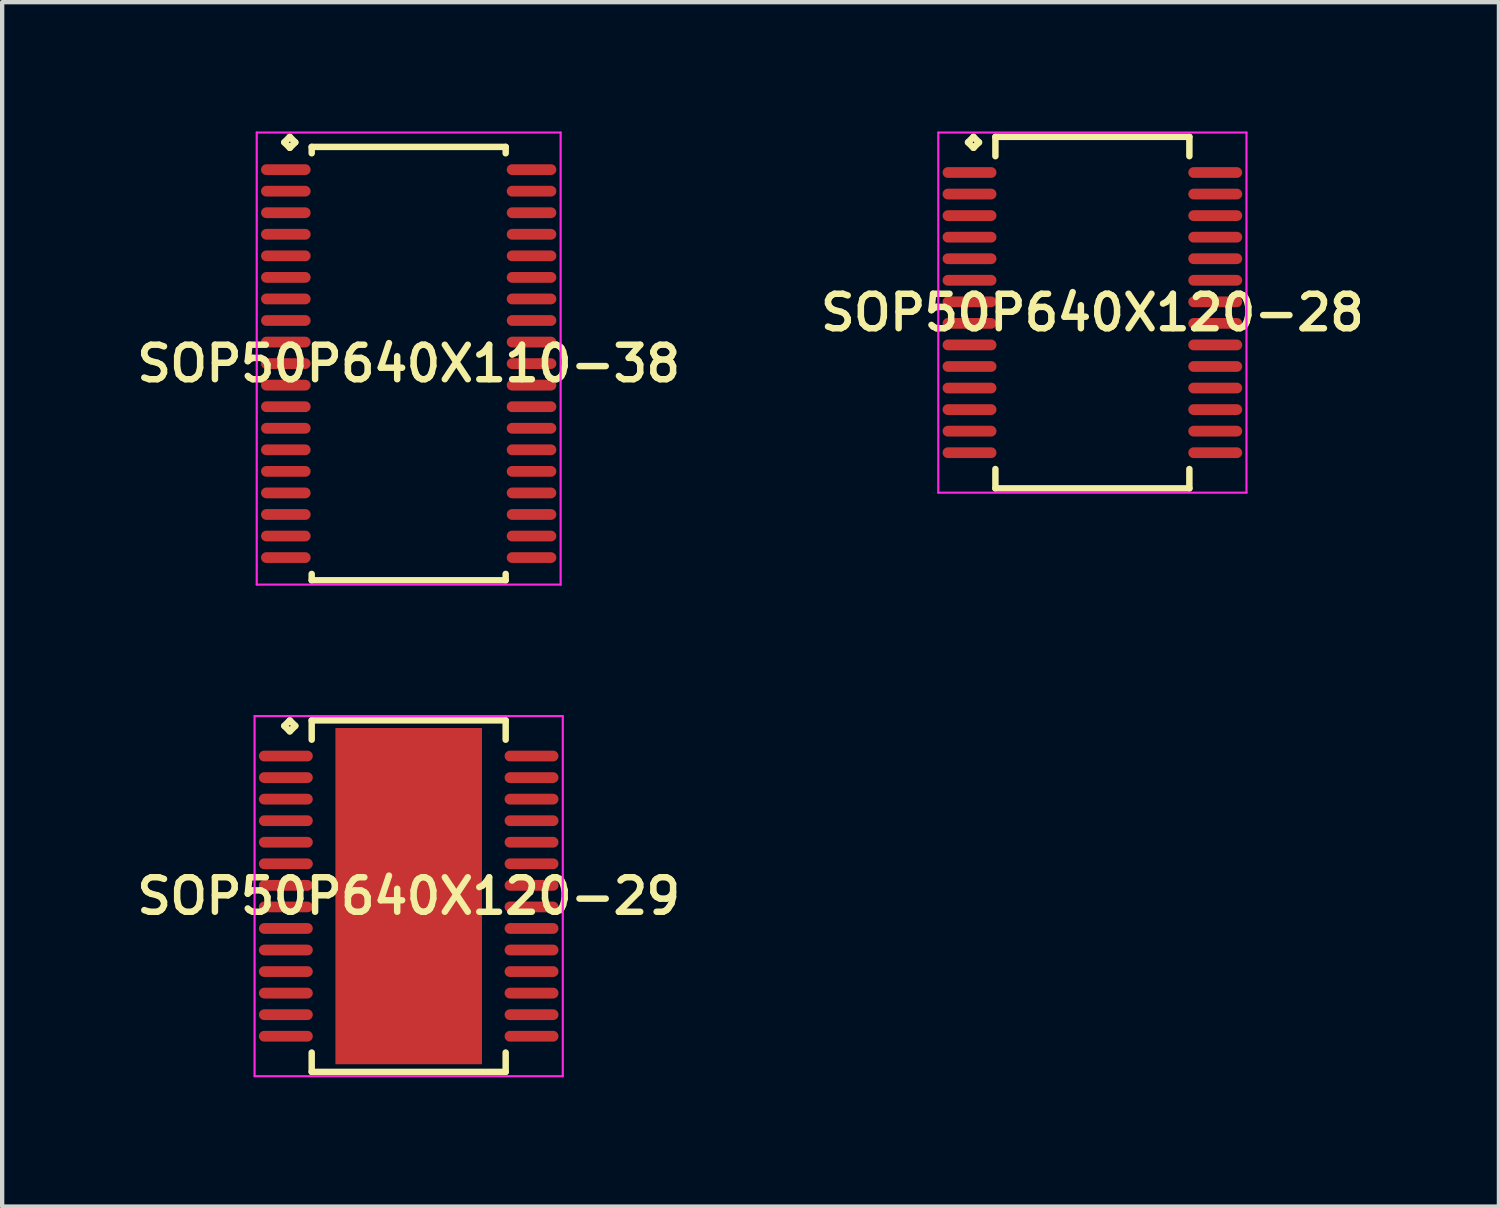
<source format=kicad_pcb>
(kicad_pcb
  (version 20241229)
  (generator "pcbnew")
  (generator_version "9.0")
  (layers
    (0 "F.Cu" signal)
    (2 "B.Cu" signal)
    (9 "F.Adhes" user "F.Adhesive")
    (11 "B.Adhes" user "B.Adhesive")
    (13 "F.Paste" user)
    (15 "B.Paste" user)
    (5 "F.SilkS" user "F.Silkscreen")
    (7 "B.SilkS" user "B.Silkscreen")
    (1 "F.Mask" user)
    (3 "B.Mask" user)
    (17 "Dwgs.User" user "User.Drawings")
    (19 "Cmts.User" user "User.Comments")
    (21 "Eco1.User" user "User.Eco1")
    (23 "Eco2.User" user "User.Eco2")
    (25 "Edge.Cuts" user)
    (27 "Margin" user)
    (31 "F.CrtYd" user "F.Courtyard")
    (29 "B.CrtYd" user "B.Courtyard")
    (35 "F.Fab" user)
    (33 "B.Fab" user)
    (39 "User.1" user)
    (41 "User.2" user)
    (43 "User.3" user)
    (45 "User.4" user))
  (footprint "SOP50P640X110-38"
    (layer "F.Cu")
    (at 6.431 5.385)
    (property "Reference" "SOP50P640X110-38" (at 0 0 0) (layer "F.SilkS") (effects (font (size 0.8 0.8) (thickness 0.15))))
    (attr smd)
    (fp_line (start -2.885 -5.133) (end -2.758 -5.26) (stroke (width 0.15) (type solid)) (layer "F.SilkS"))
    (fp_line (start -2.758 -5.26) (end -2.631 -5.133) (stroke (width 0.15) (type solid)) (layer "F.SilkS"))
    (fp_line (start -2.758 -5.006) (end -2.885 -5.133) (stroke (width 0.15) (type solid)) (layer "F.SilkS"))
    (fp_line (start -2.631 -5.133) (end -2.758 -5.006) (stroke (width 0.15) (type solid)) (layer "F.SilkS"))
    (fp_line (start -2.25 -5.027) (end 2.25 -5.027) (stroke (width 0.15) (type solid)) (layer "F.SilkS"))
    (fp_line (start -2.25 -4.879) (end -2.25 -5.027) (stroke (width 0.15) (type solid)) (layer "F.SilkS"))
    (fp_line (start -2.25 4.879) (end -2.25 5.027) (stroke (width 0.15) (type solid)) (layer "F.SilkS"))
    (fp_line (start -2.25 5.027) (end 2.25 5.027) (stroke (width 0.15) (type solid)) (layer "F.SilkS"))
    (fp_line (start 2.25 -5.027) (end 2.25 -4.879) (stroke (width 0.15) (type solid)) (layer "F.SilkS"))
    (fp_line (start 2.25 5.027) (end 2.25 4.879) (stroke (width 0.15) (type solid)) (layer "F.SilkS"))
    (fp_line (start -3.525 -5.36) (end 3.525 -5.36) (stroke (width 0.05) (type solid)) (layer "F.CrtYd"))
    (fp_line (start -3.525 5.127) (end -3.525 -5.36) (stroke (width 0.05) (type solid)) (layer "F.CrtYd"))
    (fp_line (start 3.525 -5.36) (end 3.525 5.127) (stroke (width 0.05) (type solid)) (layer "F.CrtYd"))
    (fp_line (start 3.525 5.127) (end -3.525 5.127) (stroke (width 0.05) (type solid)) (layer "F.CrtYd"))
    (pad "1" smd oval (at -2.85 -4.5) (size 1.15 0.25) (layers "F.Cu" "F.Mask" "F.Paste"))
    (pad "2" smd oval (at -2.85 -4) (size 1.15 0.25) (layers "F.Cu" "F.Mask" "F.Paste"))
    (pad "3" smd oval (at -2.85 -3.5) (size 1.15 0.25) (layers "F.Cu" "F.Mask" "F.Paste"))
    (pad "4" smd oval (at -2.85 -3) (size 1.15 0.25) (layers "F.Cu" "F.Mask" "F.Paste"))
    (pad "5" smd oval (at -2.85 -2.5) (size 1.15 0.25) (layers "F.Cu" "F.Mask" "F.Paste"))
    (pad "6" smd oval (at -2.85 -2) (size 1.15 0.25) (layers "F.Cu" "F.Mask" "F.Paste"))
    (pad "7" smd oval (at -2.85 -1.5) (size 1.15 0.25) (layers "F.Cu" "F.Mask" "F.Paste"))
    (pad "8" smd oval (at -2.85 -1) (size 1.15 0.25) (layers "F.Cu" "F.Mask" "F.Paste"))
    (pad "9" smd oval (at -2.85 -0.5) (size 1.15 0.25) (layers "F.Cu" "F.Mask" "F.Paste"))
    (pad "10" smd oval (at -2.85 0) (size 1.15 0.25) (layers "F.Cu" "F.Mask" "F.Paste"))
    (pad "11" smd oval (at -2.85 0.5) (size 1.15 0.25) (layers "F.Cu" "F.Mask" "F.Paste"))
    (pad "12" smd oval (at -2.85 1) (size 1.15 0.25) (layers "F.Cu" "F.Mask" "F.Paste"))
    (pad "13" smd oval (at -2.85 1.5) (size 1.15 0.25) (layers "F.Cu" "F.Mask" "F.Paste"))
    (pad "14" smd oval (at -2.85 2) (size 1.15 0.25) (layers "F.Cu" "F.Mask" "F.Paste"))
    (pad "15" smd oval (at -2.85 2.5) (size 1.15 0.25) (layers "F.Cu" "F.Mask" "F.Paste"))
    (pad "16" smd oval (at -2.85 3) (size 1.15 0.25) (layers "F.Cu" "F.Mask" "F.Paste"))
    (pad "17" smd oval (at -2.85 3.5) (size 1.15 0.25) (layers "F.Cu" "F.Mask" "F.Paste"))
    (pad "18" smd oval (at -2.85 4) (size 1.15 0.25) (layers "F.Cu" "F.Mask" "F.Paste"))
    (pad "19" smd oval (at -2.85 4.5) (size 1.15 0.25) (layers "F.Cu" "F.Mask" "F.Paste"))
    (pad "20" smd oval (at 2.85 4.5) (size 1.15 0.25) (layers "F.Cu" "F.Mask" "F.Paste"))
    (pad "21" smd oval (at 2.85 4) (size 1.15 0.25) (layers "F.Cu" "F.Mask" "F.Paste"))
    (pad "22" smd oval (at 2.85 3.5) (size 1.15 0.25) (layers "F.Cu" "F.Mask" "F.Paste"))
    (pad "23" smd oval (at 2.85 3) (size 1.15 0.25) (layers "F.Cu" "F.Mask" "F.Paste"))
    (pad "24" smd oval (at 2.85 2.5) (size 1.15 0.25) (layers "F.Cu" "F.Mask" "F.Paste"))
    (pad "25" smd oval (at 2.85 2) (size 1.15 0.25) (layers "F.Cu" "F.Mask" "F.Paste"))
    (pad "26" smd oval (at 2.85 1.5) (size 1.15 0.25) (layers "F.Cu" "F.Mask" "F.Paste"))
    (pad "27" smd oval (at 2.85 1) (size 1.15 0.25) (layers "F.Cu" "F.Mask" "F.Paste"))
    (pad "28" smd oval (at 2.85 0.5) (size 1.15 0.25) (layers "F.Cu" "F.Mask" "F.Paste"))
    (pad "29" smd oval (at 2.85 0) (size 1.15 0.25) (layers "F.Cu" "F.Mask" "F.Paste"))
    (pad "30" smd oval (at 2.85 -0.5) (size 1.15 0.25) (layers "F.Cu" "F.Mask" "F.Paste"))
    (pad "31" smd oval (at 2.85 -1) (size 1.15 0.25) (layers "F.Cu" "F.Mask" "F.Paste"))
    (pad "32" smd oval (at 2.85 -1.5) (size 1.15 0.25) (layers "F.Cu" "F.Mask" "F.Paste"))
    (pad "33" smd oval (at 2.85 -2) (size 1.15 0.25) (layers "F.Cu" "F.Mask" "F.Paste"))
    (pad "34" smd oval (at 2.85 -2.5) (size 1.15 0.25) (layers "F.Cu" "F.Mask" "F.Paste"))
    (pad "35" smd oval (at 2.85 -3) (size 1.15 0.25) (layers "F.Cu" "F.Mask" "F.Paste"))
    (pad "36" smd oval (at 2.85 -3.5) (size 1.15 0.25) (layers "F.Cu" "F.Mask" "F.Paste"))
    (pad "37" smd oval (at 2.85 -4) (size 1.15 0.25) (layers "F.Cu" "F.Mask" "F.Paste"))
    (pad "38" smd oval (at 2.85 -4.5) (size 1.15 0.25) (layers "F.Cu" "F.Mask" "F.Paste")))
  (footprint "SOP50P640X120-29"
    (layer "F.Cu")
    (at 6.431 17.739)
    (property "Reference" "SOP50P640X120-29" (at 0 0 0) (layer "F.SilkS") (effects (font (size 0.8 0.8) (thickness 0.15))))
    (attr smd)
    (fp_line (start -2.885 -3.95) (end -2.758 -4.077) (stroke (width 0.15) (type solid)) (layer "F.SilkS"))
    (fp_line (start -2.758 -4.077) (end -2.631 -3.95) (stroke (width 0.15) (type solid)) (layer "F.SilkS"))
    (fp_line (start -2.758 -3.823) (end -2.885 -3.95) (stroke (width 0.15) (type solid)) (layer "F.SilkS"))
    (fp_line (start -2.631 -3.95) (end -2.758 -3.823) (stroke (width 0.15) (type solid)) (layer "F.SilkS"))
    (fp_line (start -2.25 -4.077) (end 2.25 -4.077) (stroke (width 0.15) (type solid)) (layer "F.SilkS"))
    (fp_line (start -2.25 -3.629) (end -2.25 -4.077) (stroke (width 0.15) (type solid)) (layer "F.SilkS"))
    (fp_line (start -2.25 3.629) (end -2.25 4.077) (stroke (width 0.15) (type solid)) (layer "F.SilkS"))
    (fp_line (start -2.25 4.077) (end 2.25 4.077) (stroke (width 0.15) (type solid)) (layer "F.SilkS"))
    (fp_line (start 2.25 -4.077) (end 2.25 -3.629) (stroke (width 0.15) (type solid)) (layer "F.SilkS"))
    (fp_line (start 2.25 4.077) (end 2.25 3.629) (stroke (width 0.15) (type solid)) (layer "F.SilkS"))
    (fp_line (start -3.575 -4.177) (end 3.575 -4.177) (stroke (width 0.05) (type solid)) (layer "F.CrtYd"))
    (fp_line (start -3.575 4.177) (end -3.575 -4.177) (stroke (width 0.05) (type solid)) (layer "F.CrtYd"))
    (fp_line (start 3.575 -4.177) (end 3.575 4.177) (stroke (width 0.05) (type solid)) (layer "F.CrtYd"))
    (fp_line (start 3.575 4.177) (end -3.575 4.177) (stroke (width 0.05) (type solid)) (layer "F.CrtYd"))
    (pad "1" smd oval (at -2.85 -3.25) (size 1.25 0.25) (layers "F.Cu" "F.Mask" "F.Paste"))
    (pad "2" smd oval (at -2.85 -2.75) (size 1.25 0.25) (layers "F.Cu" "F.Mask" "F.Paste"))
    (pad "3" smd oval (at -2.85 -2.25) (size 1.25 0.25) (layers "F.Cu" "F.Mask" "F.Paste"))
    (pad "4" smd oval (at -2.85 -1.75) (size 1.25 0.25) (layers "F.Cu" "F.Mask" "F.Paste"))
    (pad "5" smd oval (at -2.85 -1.25) (size 1.25 0.25) (layers "F.Cu" "F.Mask" "F.Paste"))
    (pad "6" smd oval (at -2.85 -0.75) (size 1.25 0.25) (layers "F.Cu" "F.Mask" "F.Paste"))
    (pad "7" smd oval (at -2.85 -0.25) (size 1.25 0.25) (layers "F.Cu" "F.Mask" "F.Paste"))
    (pad "8" smd oval (at -2.85 0.25) (size 1.25 0.25) (layers "F.Cu" "F.Mask" "F.Paste"))
    (pad "9" smd oval (at -2.85 0.75) (size 1.25 0.25) (layers "F.Cu" "F.Mask" "F.Paste"))
    (pad "10" smd oval (at -2.85 1.25) (size 1.25 0.25) (layers "F.Cu" "F.Mask" "F.Paste"))
    (pad "11" smd oval (at -2.85 1.75) (size 1.25 0.25) (layers "F.Cu" "F.Mask" "F.Paste"))
    (pad "12" smd oval (at -2.85 2.25) (size 1.25 0.25) (layers "F.Cu" "F.Mask" "F.Paste"))
    (pad "13" smd oval (at -2.85 2.75) (size 1.25 0.25) (layers "F.Cu" "F.Mask" "F.Paste"))
    (pad "14" smd oval (at -2.85 3.25) (size 1.25 0.25) (layers "F.Cu" "F.Mask" "F.Paste"))
    (pad "15" smd oval (at 2.85 3.25) (size 1.25 0.25) (layers "F.Cu" "F.Mask" "F.Paste"))
    (pad "16" smd oval (at 2.85 2.75) (size 1.25 0.25) (layers "F.Cu" "F.Mask" "F.Paste"))
    (pad "17" smd oval (at 2.85 2.25) (size 1.25 0.25) (layers "F.Cu" "F.Mask" "F.Paste"))
    (pad "18" smd oval (at 2.85 1.75) (size 1.25 0.25) (layers "F.Cu" "F.Mask" "F.Paste"))
    (pad "19" smd oval (at 2.85 1.25) (size 1.25 0.25) (layers "F.Cu" "F.Mask" "F.Paste"))
    (pad "20" smd oval (at 2.85 0.75) (size 1.25 0.25) (layers "F.Cu" "F.Mask" "F.Paste"))
    (pad "21" smd oval (at 2.85 0.25) (size 1.25 0.25) (layers "F.Cu" "F.Mask" "F.Paste"))
    (pad "22" smd oval (at 2.85 -0.25) (size 1.25 0.25) (layers "F.Cu" "F.Mask" "F.Paste"))
    (pad "23" smd oval (at 2.85 -0.75) (size 1.25 0.25) (layers "F.Cu" "F.Mask" "F.Paste"))
    (pad "24" smd oval (at 2.85 -1.25) (size 1.25 0.25) (layers "F.Cu" "F.Mask" "F.Paste"))
    (pad "25" smd oval (at 2.85 -1.75) (size 1.25 0.25) (layers "F.Cu" "F.Mask" "F.Paste"))
    (pad "26" smd oval (at 2.85 -2.25) (size 1.25 0.25) (layers "F.Cu" "F.Mask" "F.Paste"))
    (pad "27" smd oval (at 2.85 -2.75) (size 1.25 0.25) (layers "F.Cu" "F.Mask" "F.Paste"))
    (pad "28" smd oval (at 2.85 -3.25) (size 1.25 0.25) (layers "F.Cu" "F.Mask" "F.Paste"))
    (pad "29" smd rect (at 0 0) (size 3.4 7.8) (layers "F.Cu" "F.Mask" "F.Paste")))
  (footprint "SOP50P640X120-28"
    (layer "F.Cu")
    (at 22.292 4.202)
    (property "Reference" "SOP50P640X120-28" (at 0 0 0) (layer "F.SilkS") (effects (font (size 0.8 0.8) (thickness 0.15))))
    (attr smd)
    (fp_line (start -2.885 -3.95) (end -2.758 -4.077) (stroke (width 0.15) (type solid)) (layer "F.SilkS"))
    (fp_line (start -2.758 -4.077) (end -2.631 -3.95) (stroke (width 0.15) (type solid)) (layer "F.SilkS"))
    (fp_line (start -2.758 -3.823) (end -2.885 -3.95) (stroke (width 0.15) (type solid)) (layer "F.SilkS"))
    (fp_line (start -2.631 -3.95) (end -2.758 -3.823) (stroke (width 0.15) (type solid)) (layer "F.SilkS"))
    (fp_line (start -2.25 -4.077) (end 2.25 -4.077) (stroke (width 0.15) (type solid)) (layer "F.SilkS"))
    (fp_line (start -2.25 -3.629) (end -2.25 -4.077) (stroke (width 0.15) (type solid)) (layer "F.SilkS"))
    (fp_line (start -2.25 3.629) (end -2.25 4.077) (stroke (width 0.15) (type solid)) (layer "F.SilkS"))
    (fp_line (start -2.25 4.077) (end 2.25 4.077) (stroke (width 0.15) (type solid)) (layer "F.SilkS"))
    (fp_line (start 2.25 -4.077) (end 2.25 -3.629) (stroke (width 0.15) (type solid)) (layer "F.SilkS"))
    (fp_line (start 2.25 4.077) (end 2.25 3.629) (stroke (width 0.15) (type solid)) (layer "F.SilkS"))
    (fp_line (start -3.575 -4.177) (end 3.575 -4.177) (stroke (width 0.05) (type solid)) (layer "F.CrtYd"))
    (fp_line (start -3.575 4.177) (end -3.575 -4.177) (stroke (width 0.05) (type solid)) (layer "F.CrtYd"))
    (fp_line (start 3.575 -4.177) (end 3.575 4.177) (stroke (width 0.05) (type solid)) (layer "F.CrtYd"))
    (fp_line (start 3.575 4.177) (end -3.575 4.177) (stroke (width 0.05) (type solid)) (layer "F.CrtYd"))
    (pad "1" smd oval (at -2.85 -3.25) (size 1.25 0.25) (layers "F.Cu" "F.Mask" "F.Paste"))
    (pad "2" smd oval (at -2.85 -2.75) (size 1.25 0.25) (layers "F.Cu" "F.Mask" "F.Paste"))
    (pad "3" smd oval (at -2.85 -2.25) (size 1.25 0.25) (layers "F.Cu" "F.Mask" "F.Paste"))
    (pad "4" smd oval (at -2.85 -1.75) (size 1.25 0.25) (layers "F.Cu" "F.Mask" "F.Paste"))
    (pad "5" smd oval (at -2.85 -1.25) (size 1.25 0.25) (layers "F.Cu" "F.Mask" "F.Paste"))
    (pad "6" smd oval (at -2.85 -0.75) (size 1.25 0.25) (layers "F.Cu" "F.Mask" "F.Paste"))
    (pad "7" smd oval (at -2.85 -0.25) (size 1.25 0.25) (layers "F.Cu" "F.Mask" "F.Paste"))
    (pad "8" smd oval (at -2.85 0.25) (size 1.25 0.25) (layers "F.Cu" "F.Mask" "F.Paste"))
    (pad "9" smd oval (at -2.85 0.75) (size 1.25 0.25) (layers "F.Cu" "F.Mask" "F.Paste"))
    (pad "10" smd oval (at -2.85 1.25) (size 1.25 0.25) (layers "F.Cu" "F.Mask" "F.Paste"))
    (pad "11" smd oval (at -2.85 1.75) (size 1.25 0.25) (layers "F.Cu" "F.Mask" "F.Paste"))
    (pad "12" smd oval (at -2.85 2.25) (size 1.25 0.25) (layers "F.Cu" "F.Mask" "F.Paste"))
    (pad "13" smd oval (at -2.85 2.75) (size 1.25 0.25) (layers "F.Cu" "F.Mask" "F.Paste"))
    (pad "14" smd oval (at -2.85 3.25) (size 1.25 0.25) (layers "F.Cu" "F.Mask" "F.Paste"))
    (pad "15" smd oval (at 2.85 3.25) (size 1.25 0.25) (layers "F.Cu" "F.Mask" "F.Paste"))
    (pad "16" smd oval (at 2.85 2.75) (size 1.25 0.25) (layers "F.Cu" "F.Mask" "F.Paste"))
    (pad "17" smd oval (at 2.85 2.25) (size 1.25 0.25) (layers "F.Cu" "F.Mask" "F.Paste"))
    (pad "18" smd oval (at 2.85 1.75) (size 1.25 0.25) (layers "F.Cu" "F.Mask" "F.Paste"))
    (pad "19" smd oval (at 2.85 1.25) (size 1.25 0.25) (layers "F.Cu" "F.Mask" "F.Paste"))
    (pad "20" smd oval (at 2.85 0.75) (size 1.25 0.25) (layers "F.Cu" "F.Mask" "F.Paste"))
    (pad "21" smd oval (at 2.85 0.25) (size 1.25 0.25) (layers "F.Cu" "F.Mask" "F.Paste"))
    (pad "22" smd oval (at 2.85 -0.25) (size 1.25 0.25) (layers "F.Cu" "F.Mask" "F.Paste"))
    (pad "23" smd oval (at 2.85 -0.75) (size 1.25 0.25) (layers "F.Cu" "F.Mask" "F.Paste"))
    (pad "24" smd oval (at 2.85 -1.25) (size 1.25 0.25) (layers "F.Cu" "F.Mask" "F.Paste"))
    (pad "25" smd oval (at 2.85 -1.75) (size 1.25 0.25) (layers "F.Cu" "F.Mask" "F.Paste"))
    (pad "26" smd oval (at 2.85 -2.25) (size 1.25 0.25) (layers "F.Cu" "F.Mask" "F.Paste"))
    (pad "27" smd oval (at 2.85 -2.75) (size 1.25 0.25) (layers "F.Cu" "F.Mask" "F.Paste"))
    (pad "28" smd oval (at 2.85 -3.25) (size 1.25 0.25) (layers "F.Cu" "F.Mask" "F.Paste")))
  (gr_rect
    (start -3 -3)
    (end 31.723 24.941)
    (stroke (width 0.1) (type default))
    (fill no)
    (layer "Edge.Cuts")))
</source>
